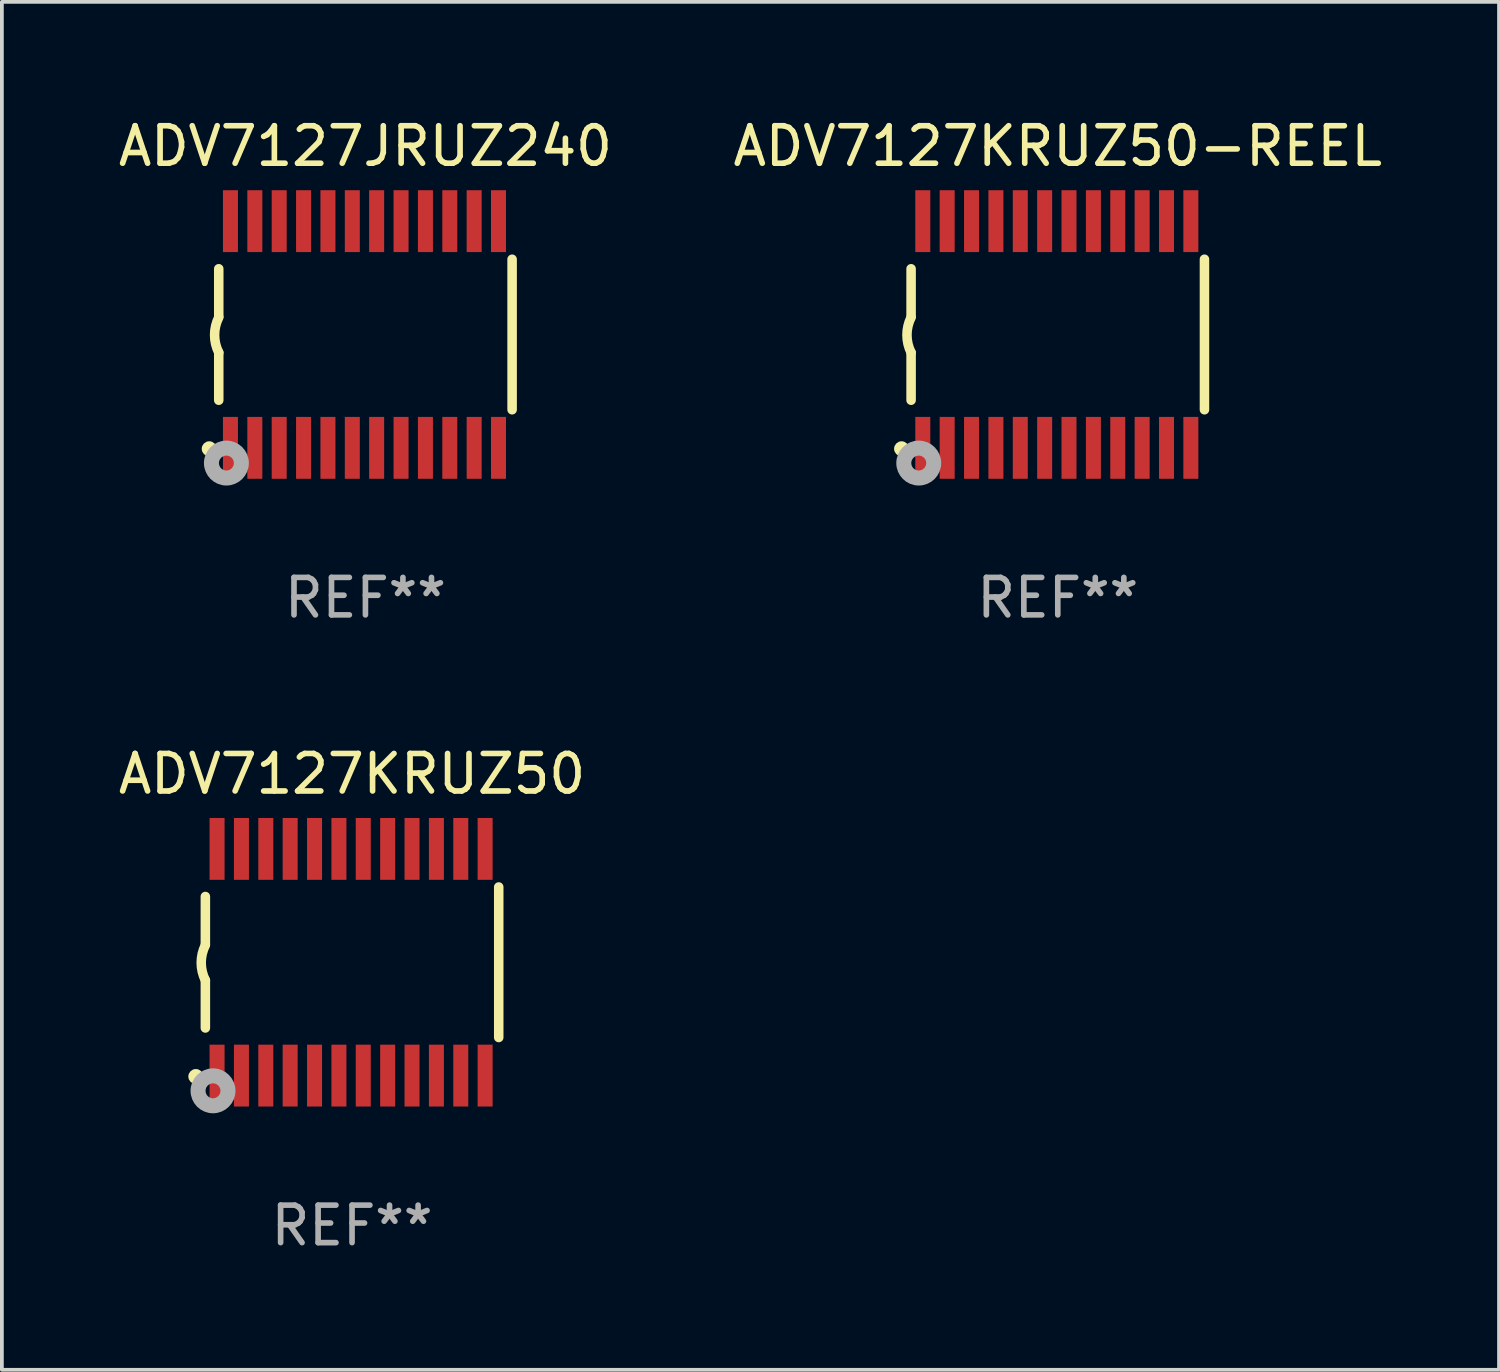
<source format=kicad_pcb>
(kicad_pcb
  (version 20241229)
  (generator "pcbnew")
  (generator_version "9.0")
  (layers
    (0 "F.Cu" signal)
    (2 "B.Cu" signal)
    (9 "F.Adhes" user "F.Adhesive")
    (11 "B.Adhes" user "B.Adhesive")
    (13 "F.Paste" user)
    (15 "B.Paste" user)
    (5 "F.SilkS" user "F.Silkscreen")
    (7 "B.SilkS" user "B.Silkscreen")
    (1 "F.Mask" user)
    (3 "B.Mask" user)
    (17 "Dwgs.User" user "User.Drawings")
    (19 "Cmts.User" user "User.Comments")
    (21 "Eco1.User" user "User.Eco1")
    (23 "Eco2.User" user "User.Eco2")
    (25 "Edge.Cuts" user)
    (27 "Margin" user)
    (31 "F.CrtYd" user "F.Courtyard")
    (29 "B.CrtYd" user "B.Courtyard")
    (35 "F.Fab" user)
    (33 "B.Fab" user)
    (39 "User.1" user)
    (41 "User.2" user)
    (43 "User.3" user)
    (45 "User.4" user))
  (footprint "ADV7127JRUZ240"
    (layer "F.Cu")
    (at 6.696 5.871)
    (property "Reference" "ADV7127JRUZ240" (at 0 -5.023 0) (layer "F.SilkS") (effects (font (size 1 1) (thickness 0.15))))
    (attr through_hole)
    (fp_line (start -3.912 -0.483) (end -3.912 -1.753) (stroke (width 0.254) (type solid)) (layer "F.SilkS"))
    (fp_line (start -3.912 1.753) (end -3.912 0.483) (stroke (width 0.254) (type solid)) (layer "F.SilkS"))
    (fp_line (start 3.912 -2.007) (end 3.912 2.007) (stroke (width 0.254) (type solid)) (layer "F.SilkS"))
    (fp_arc (start -3.911608 0.482601) (mid -4.022537 0.0127) (end -3.911608 -0.457201) (stroke (width 0.254001) (type solid)) (layer "F.SilkS"))
    (fp_circle (center -4.166 3.048) (end -4.066 3.048) (stroke (width 0.2) (type solid)) (fill no) (layer "F.SilkS"))
    (fp_circle (center -3.925 3.186) (end -3.895 3.186) (stroke (width 0.06) (type solid)) (fill no) (layer "F.SilkS"))
    (fp_circle (center -3.708 3.429) (end -3.509 3.429) (stroke (width 0.4) (type solid)) (fill no) (layer "F.Fab"))
    (fp_text user "REF**" (at 0 7.023 0) (layer "F.Fab") (effects (font (size 1 1) (thickness 0.15))))
    (pad "1" smd rect (at -3.6 3.023) (size 0.4 1.65) (layers "F.Cu" "F.Mask" "F.Paste"))
    (pad "2" smd rect (at -2.95 3.023) (size 0.4 1.65) (layers "F.Cu" "F.Mask" "F.Paste"))
    (pad "3" smd rect (at -2.3 3.023) (size 0.4 1.65) (layers "F.Cu" "F.Mask" "F.Paste"))
    (pad "4" smd rect (at -1.65 3.023) (size 0.4 1.65) (layers "F.Cu" "F.Mask" "F.Paste"))
    (pad "5" smd rect (at -1 3.023) (size 0.4 1.65) (layers "F.Cu" "F.Mask" "F.Paste"))
    (pad "6" smd rect (at -0.35 3.023) (size 0.4 1.65) (layers "F.Cu" "F.Mask" "F.Paste"))
    (pad "7" smd rect (at 0.299 3.023) (size 0.4 1.65) (layers "F.Cu" "F.Mask" "F.Paste"))
    (pad "8" smd rect (at 0.95 3.023) (size 0.4 1.65) (layers "F.Cu" "F.Mask" "F.Paste"))
    (pad "9" smd rect (at 1.6 3.023) (size 0.4 1.65) (layers "F.Cu" "F.Mask" "F.Paste"))
    (pad "10" smd rect (at 2.25 3.023) (size 0.4 1.65) (layers "F.Cu" "F.Mask" "F.Paste"))
    (pad "11" smd rect (at 2.9 3.023) (size 0.4 1.65) (layers "F.Cu" "F.Mask" "F.Paste"))
    (pad "12" smd rect (at 3.549 3.023) (size 0.4 1.65) (layers "F.Cu" "F.Mask" "F.Paste"))
    (pad "13" smd rect (at 3.549 -3.023) (size 0.4 1.65) (layers "F.Cu" "F.Mask" "F.Paste"))
    (pad "14" smd rect (at 2.9 -3.023) (size 0.4 1.65) (layers "F.Cu" "F.Mask" "F.Paste"))
    (pad "15" smd rect (at 2.25 -3.023) (size 0.4 1.65) (layers "F.Cu" "F.Mask" "F.Paste"))
    (pad "16" smd rect (at 1.6 -3.023) (size 0.4 1.65) (layers "F.Cu" "F.Mask" "F.Paste"))
    (pad "17" smd rect (at 0.95 -3.023) (size 0.4 1.65) (layers "F.Cu" "F.Mask" "F.Paste"))
    (pad "18" smd rect (at 0.299 -3.023) (size 0.4 1.65) (layers "F.Cu" "F.Mask" "F.Paste"))
    (pad "19" smd rect (at -0.35 -3.023) (size 0.4 1.65) (layers "F.Cu" "F.Mask" "F.Paste"))
    (pad "20" smd rect (at -1 -3.023) (size 0.4 1.65) (layers "F.Cu" "F.Mask" "F.Paste"))
    (pad "21" smd rect (at -1.65 -3.023) (size 0.4 1.65) (layers "F.Cu" "F.Mask" "F.Paste"))
    (pad "22" smd rect (at -2.3 -3.023) (size 0.4 1.65) (layers "F.Cu" "F.Mask" "F.Paste"))
    (pad "23" smd rect (at -2.95 -3.023) (size 0.4 1.65) (layers "F.Cu" "F.Mask" "F.Paste"))
    (pad "24" smd rect (at -3.6 -3.023) (size 0.4 1.65) (layers "F.Cu" "F.Mask" "F.Paste")))
  (footprint "ADV7127KRUZ50-REEL"
    (layer "F.Cu")
    (at 25.161 5.871)
    (property "Reference" "ADV7127KRUZ50-REEL" (at 0 -5.023 0) (layer "F.SilkS") (effects (font (size 1 1) (thickness 0.15))))
    (attr through_hole)
    (fp_line (start -3.912 -0.483) (end -3.912 -1.753) (stroke (width 0.254) (type solid)) (layer "F.SilkS"))
    (fp_line (start -3.912 1.753) (end -3.912 0.483) (stroke (width 0.254) (type solid)) (layer "F.SilkS"))
    (fp_line (start 3.912 -2.007) (end 3.912 2.007) (stroke (width 0.254) (type solid)) (layer "F.SilkS"))
    (fp_arc (start -3.911608 0.482601) (mid -4.022537 0.0127) (end -3.911608 -0.457201) (stroke (width 0.254001) (type solid)) (layer "F.SilkS"))
    (fp_circle (center -4.166 3.048) (end -4.066 3.048) (stroke (width 0.2) (type solid)) (fill no) (layer "F.SilkS"))
    (fp_circle (center -3.925 3.186) (end -3.895 3.186) (stroke (width 0.06) (type solid)) (fill no) (layer "F.SilkS"))
    (fp_circle (center -3.708 3.429) (end -3.509 3.429) (stroke (width 0.4) (type solid)) (fill no) (layer "F.Fab"))
    (fp_text user "REF**" (at 0 7.023 0) (layer "F.Fab") (effects (font (size 1 1) (thickness 0.15))))
    (pad "1" smd rect (at -3.6 3.023) (size 0.4 1.65) (layers "F.Cu" "F.Mask" "F.Paste"))
    (pad "2" smd rect (at -2.95 3.023) (size 0.4 1.65) (layers "F.Cu" "F.Mask" "F.Paste"))
    (pad "3" smd rect (at -2.3 3.023) (size 0.4 1.65) (layers "F.Cu" "F.Mask" "F.Paste"))
    (pad "4" smd rect (at -1.65 3.023) (size 0.4 1.65) (layers "F.Cu" "F.Mask" "F.Paste"))
    (pad "5" smd rect (at -1 3.023) (size 0.4 1.65) (layers "F.Cu" "F.Mask" "F.Paste"))
    (pad "6" smd rect (at -0.35 3.023) (size 0.4 1.65) (layers "F.Cu" "F.Mask" "F.Paste"))
    (pad "7" smd rect (at 0.299 3.023) (size 0.4 1.65) (layers "F.Cu" "F.Mask" "F.Paste"))
    (pad "8" smd rect (at 0.95 3.023) (size 0.4 1.65) (layers "F.Cu" "F.Mask" "F.Paste"))
    (pad "9" smd rect (at 1.6 3.023) (size 0.4 1.65) (layers "F.Cu" "F.Mask" "F.Paste"))
    (pad "10" smd rect (at 2.25 3.023) (size 0.4 1.65) (layers "F.Cu" "F.Mask" "F.Paste"))
    (pad "11" smd rect (at 2.9 3.023) (size 0.4 1.65) (layers "F.Cu" "F.Mask" "F.Paste"))
    (pad "12" smd rect (at 3.549 3.023) (size 0.4 1.65) (layers "F.Cu" "F.Mask" "F.Paste"))
    (pad "13" smd rect (at 3.549 -3.023) (size 0.4 1.65) (layers "F.Cu" "F.Mask" "F.Paste"))
    (pad "14" smd rect (at 2.9 -3.023) (size 0.4 1.65) (layers "F.Cu" "F.Mask" "F.Paste"))
    (pad "15" smd rect (at 2.25 -3.023) (size 0.4 1.65) (layers "F.Cu" "F.Mask" "F.Paste"))
    (pad "16" smd rect (at 1.6 -3.023) (size 0.4 1.65) (layers "F.Cu" "F.Mask" "F.Paste"))
    (pad "17" smd rect (at 0.95 -3.023) (size 0.4 1.65) (layers "F.Cu" "F.Mask" "F.Paste"))
    (pad "18" smd rect (at 0.299 -3.023) (size 0.4 1.65) (layers "F.Cu" "F.Mask" "F.Paste"))
    (pad "19" smd rect (at -0.35 -3.023) (size 0.4 1.65) (layers "F.Cu" "F.Mask" "F.Paste"))
    (pad "20" smd rect (at -1 -3.023) (size 0.4 1.65) (layers "F.Cu" "F.Mask" "F.Paste"))
    (pad "21" smd rect (at -1.65 -3.023) (size 0.4 1.65) (layers "F.Cu" "F.Mask" "F.Paste"))
    (pad "22" smd rect (at -2.3 -3.023) (size 0.4 1.65) (layers "F.Cu" "F.Mask" "F.Paste"))
    (pad "23" smd rect (at -2.95 -3.023) (size 0.4 1.65) (layers "F.Cu" "F.Mask" "F.Paste"))
    (pad "24" smd rect (at -3.6 -3.023) (size 0.4 1.65) (layers "F.Cu" "F.Mask" "F.Paste")))
  (footprint "ADV7127KRUZ50"
    (layer "F.Cu")
    (at 6.339 22.613)
    (property "Reference" "ADV7127KRUZ50" (at 0 -5.023 0) (layer "F.SilkS") (effects (font (size 1 1) (thickness 0.15))))
    (attr through_hole)
    (fp_line (start -3.912 -0.483) (end -3.912 -1.753) (stroke (width 0.254) (type solid)) (layer "F.SilkS"))
    (fp_line (start -3.912 1.753) (end -3.912 0.483) (stroke (width 0.254) (type solid)) (layer "F.SilkS"))
    (fp_line (start 3.912 -2.007) (end 3.912 2.007) (stroke (width 0.254) (type solid)) (layer "F.SilkS"))
    (fp_arc (start -3.911608 0.482601) (mid -4.022537 0.0127) (end -3.911608 -0.457201) (stroke (width 0.254001) (type solid)) (layer "F.SilkS"))
    (fp_circle (center -4.166 3.048) (end -4.066 3.048) (stroke (width 0.2) (type solid)) (fill no) (layer "F.SilkS"))
    (fp_circle (center -3.925 3.186) (end -3.895 3.186) (stroke (width 0.06) (type solid)) (fill no) (layer "F.SilkS"))
    (fp_circle (center -3.708 3.429) (end -3.509 3.429) (stroke (width 0.4) (type solid)) (fill no) (layer "F.Fab"))
    (fp_text user "REF**" (at 0 7.023 0) (layer "F.Fab") (effects (font (size 1 1) (thickness 0.15))))
    (pad "1" smd rect (at -3.6 3.023) (size 0.4 1.65) (layers "F.Cu" "F.Mask" "F.Paste"))
    (pad "2" smd rect (at -2.95 3.023) (size 0.4 1.65) (layers "F.Cu" "F.Mask" "F.Paste"))
    (pad "3" smd rect (at -2.3 3.023) (size 0.4 1.65) (layers "F.Cu" "F.Mask" "F.Paste"))
    (pad "4" smd rect (at -1.65 3.023) (size 0.4 1.65) (layers "F.Cu" "F.Mask" "F.Paste"))
    (pad "5" smd rect (at -1 3.023) (size 0.4 1.65) (layers "F.Cu" "F.Mask" "F.Paste"))
    (pad "6" smd rect (at -0.35 3.023) (size 0.4 1.65) (layers "F.Cu" "F.Mask" "F.Paste"))
    (pad "7" smd rect (at 0.299 3.023) (size 0.4 1.65) (layers "F.Cu" "F.Mask" "F.Paste"))
    (pad "8" smd rect (at 0.95 3.023) (size 0.4 1.65) (layers "F.Cu" "F.Mask" "F.Paste"))
    (pad "9" smd rect (at 1.6 3.023) (size 0.4 1.65) (layers "F.Cu" "F.Mask" "F.Paste"))
    (pad "10" smd rect (at 2.25 3.023) (size 0.4 1.65) (layers "F.Cu" "F.Mask" "F.Paste"))
    (pad "11" smd rect (at 2.9 3.023) (size 0.4 1.65) (layers "F.Cu" "F.Mask" "F.Paste"))
    (pad "12" smd rect (at 3.549 3.023) (size 0.4 1.65) (layers "F.Cu" "F.Mask" "F.Paste"))
    (pad "13" smd rect (at 3.549 -3.023) (size 0.4 1.65) (layers "F.Cu" "F.Mask" "F.Paste"))
    (pad "14" smd rect (at 2.9 -3.023) (size 0.4 1.65) (layers "F.Cu" "F.Mask" "F.Paste"))
    (pad "15" smd rect (at 2.25 -3.023) (size 0.4 1.65) (layers "F.Cu" "F.Mask" "F.Paste"))
    (pad "16" smd rect (at 1.6 -3.023) (size 0.4 1.65) (layers "F.Cu" "F.Mask" "F.Paste"))
    (pad "17" smd rect (at 0.95 -3.023) (size 0.4 1.65) (layers "F.Cu" "F.Mask" "F.Paste"))
    (pad "18" smd rect (at 0.299 -3.023) (size 0.4 1.65) (layers "F.Cu" "F.Mask" "F.Paste"))
    (pad "19" smd rect (at -0.35 -3.023) (size 0.4 1.65) (layers "F.Cu" "F.Mask" "F.Paste"))
    (pad "20" smd rect (at -1 -3.023) (size 0.4 1.65) (layers "F.Cu" "F.Mask" "F.Paste"))
    (pad "21" smd rect (at -1.65 -3.023) (size 0.4 1.65) (layers "F.Cu" "F.Mask" "F.Paste"))
    (pad "22" smd rect (at -2.3 -3.023) (size 0.4 1.65) (layers "F.Cu" "F.Mask" "F.Paste"))
    (pad "23" smd rect (at -2.95 -3.023) (size 0.4 1.65) (layers "F.Cu" "F.Mask" "F.Paste"))
    (pad "24" smd rect (at -3.6 -3.023) (size 0.4 1.65) (layers "F.Cu" "F.Mask" "F.Paste")))
  (gr_rect
    (start -3 -3)
    (end 36.929 33.483)
    (stroke (width 0.1) (type default))
    (fill no)
    (layer "Edge.Cuts")))
</source>
